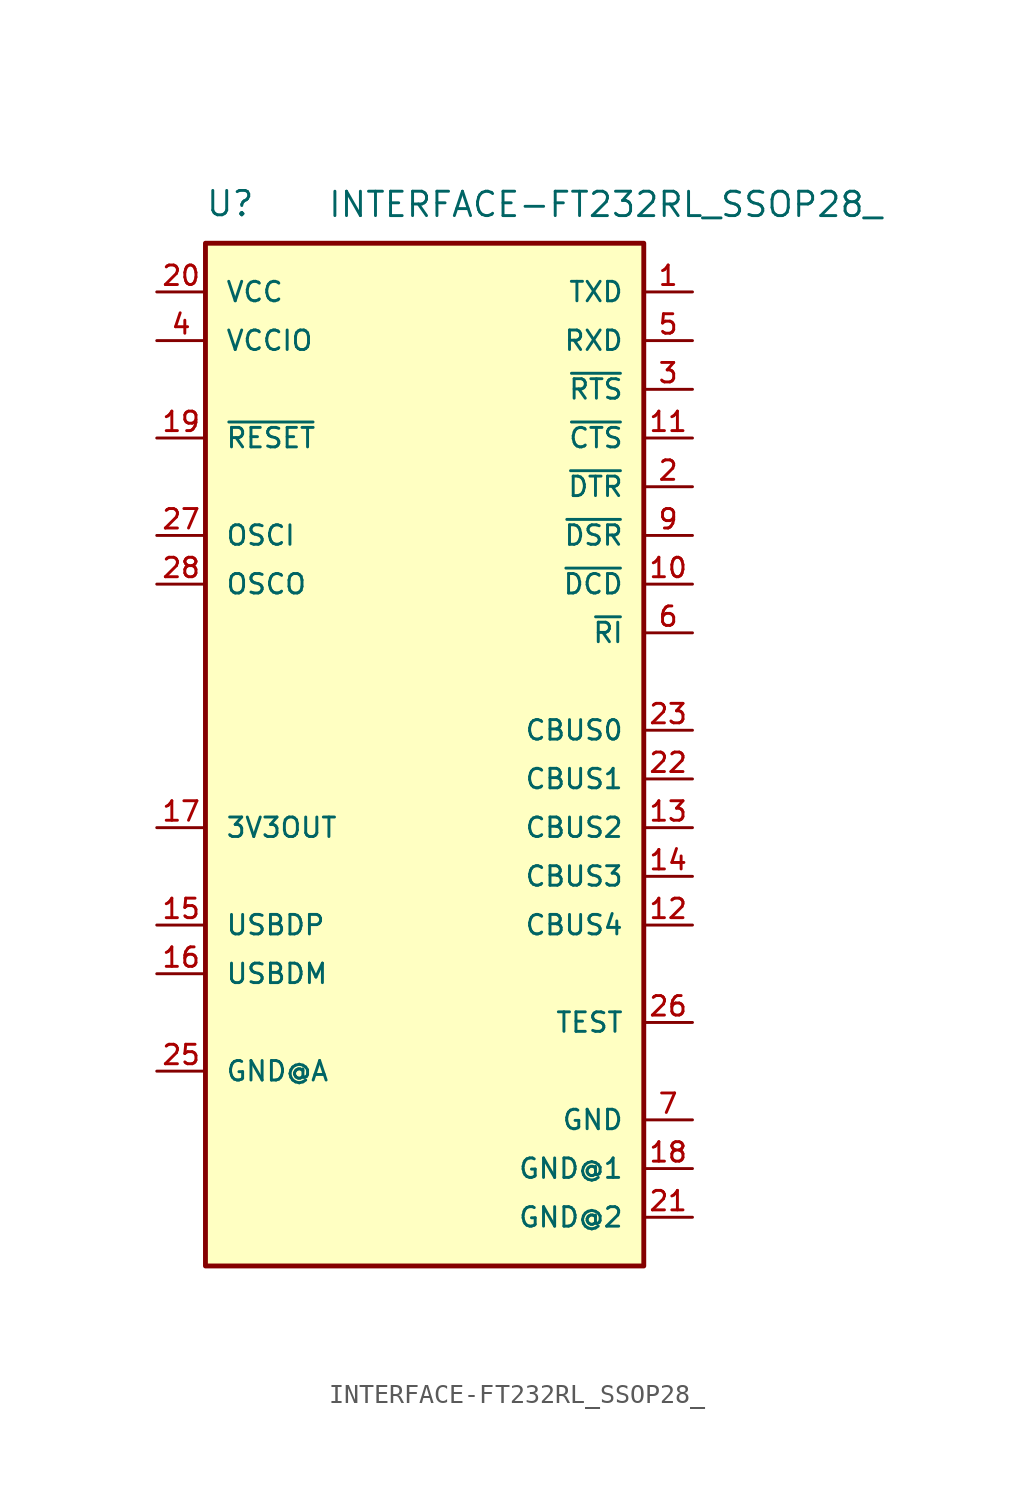
<source format=kicad_sym>
(kicad_symbol_lib
  (version 20211014)
  (generator kicad_symbol_editor)
  (symbol "INTERFACE-FT232RL_SSOP28_"
    (pin_names
      (offset 1.016))
    (property "Reference" "U"
      (at -11.45 27.989 0)
      (effects (font (size 1.27 1.27)) (justify bottom left)))
    (property "Value" "INTERFACE-FT232RL_SSOP28_"
      (at -5.082 27.948 0)
      (effects (font (size 1.27 1.27)) (justify bottom left)))
    (symbol "INTERFACE-FT232RL_SSOP28__0_0"
      (rectangle (start -11.43 -26.67) (end 11.43 26.67) (stroke (width 0.254)) (fill (type background)))
      (pin input line (at -13.97 24.13 0) (length 2.54) (name "VCC" (effects (font (size 1.016 1.016)))) (number "20" (effects (font (size 1.016 1.016)))))
      (pin input line (at -13.97 -3.81 0) (length 2.54) (name "3V3OUT" (effects (font (size 1.016 1.016)))) (number "17" (effects (font (size 1.016 1.016)))))
      (pin input line (at -13.97 -8.89 0) (length 2.54) (name "USBDP" (effects (font (size 1.016 1.016)))) (number "15" (effects (font (size 1.016 1.016)))))
      (pin input line (at -13.97 -11.43 0) (length 2.54) (name "USBDM" (effects (font (size 1.016 1.016)))) (number "16" (effects (font (size 1.016 1.016)))))
      (pin input line (at -13.97 8.89 0) (length 2.54) (name "OSCO" (effects (font (size 1.016 1.016)))) (number "28" (effects (font (size 1.016 1.016)))))
      (pin input line (at -13.97 11.43 0) (length 2.54) (name "OSCI" (effects (font (size 1.016 1.016)))) (number "27" (effects (font (size 1.016 1.016)))))
      (pin input line (at 13.97 -19.05 180.0) (length 2.54) (name "GND" (effects (font (size 1.016 1.016)))) (number "7" (effects (font (size 1.016 1.016)))))
      (pin input line (at 13.97 24.13 180.0) (length 2.54) (name "TXD" (effects (font (size 1.016 1.016)))) (number "1" (effects (font (size 1.016 1.016)))))
      (pin input line (at 13.97 21.59 180.0) (length 2.54) (name "RXD" (effects (font (size 1.016 1.016)))) (number "5" (effects (font (size 1.016 1.016)))))
      (pin input line (at 13.97 19.05 180.0) (length 2.54) (name "~{RTS}" (effects (font (size 1.016 1.016)))) (number "3" (effects (font (size 1.016 1.016)))))
      (pin input line (at 13.97 16.51 180.0) (length 2.54) (name "~{CTS}" (effects (font (size 1.016 1.016)))) (number "11" (effects (font (size 1.016 1.016)))))
      (pin input line (at 13.97 13.97 180.0) (length 2.54) (name "~{DTR}" (effects (font (size 1.016 1.016)))) (number "2" (effects (font (size 1.016 1.016)))))
      (pin input line (at 13.97 11.43 180.0) (length 2.54) (name "~{DSR}" (effects (font (size 1.016 1.016)))) (number "9" (effects (font (size 1.016 1.016)))))
      (pin input line (at 13.97 8.89 180.0) (length 2.54) (name "~{DCD}" (effects (font (size 1.016 1.016)))) (number "10" (effects (font (size 1.016 1.016)))))
      (pin input line (at 13.97 6.35 180.0) (length 2.54) (name "~{RI}" (effects (font (size 1.016 1.016)))) (number "6" (effects (font (size 1.016 1.016)))))
      (pin input line (at 13.97 1.27 180.0) (length 2.54) (name "CBUS0" (effects (font (size 1.016 1.016)))) (number "23" (effects (font (size 1.016 1.016)))))
      (pin input line (at 13.97 -1.27 180.0) (length 2.54) (name "CBUS1" (effects (font (size 1.016 1.016)))) (number "22" (effects (font (size 1.016 1.016)))))
      (pin input line (at 13.97 -3.81 180.0) (length 2.54) (name "CBUS2" (effects (font (size 1.016 1.016)))) (number "13" (effects (font (size 1.016 1.016)))))
      (pin input line (at 13.97 -6.35 180.0) (length 2.54) (name "CBUS3" (effects (font (size 1.016 1.016)))) (number "14" (effects (font (size 1.016 1.016)))))
      (pin input line (at 13.97 -8.89 180.0) (length 2.54) (name "CBUS4" (effects (font (size 1.016 1.016)))) (number "12" (effects (font (size 1.016 1.016)))))
      (pin input line (at -13.97 21.59 0) (length 2.54) (name "VCCIO" (effects (font (size 1.016 1.016)))) (number "4" (effects (font (size 1.016 1.016)))))
      (pin input line (at -13.97 16.51 0) (length 2.54) (name "~{RESET}" (effects (font (size 1.016 1.016)))) (number "19" (effects (font (size 1.016 1.016)))))
      (pin input line (at -13.97 -16.51 0) (length 2.54) (name "GND@A" (effects (font (size 1.016 1.016)))) (number "25" (effects (font (size 1.016 1.016)))))
      (pin input line (at 13.97 -21.59 180.0) (length 2.54) (name "GND@1" (effects (font (size 1.016 1.016)))) (number "18" (effects (font (size 1.016 1.016)))))
      (pin input line (at 13.97 -13.97 180.0) (length 2.54) (name "TEST" (effects (font (size 1.016 1.016)))) (number "26" (effects (font (size 1.016 1.016)))))
      (pin input line (at 13.97 -24.13 180.0) (length 2.54) (name "GND@2" (effects (font (size 1.016 1.016)))) (number "21" (effects (font (size 1.016 1.016))))))))
</source>
